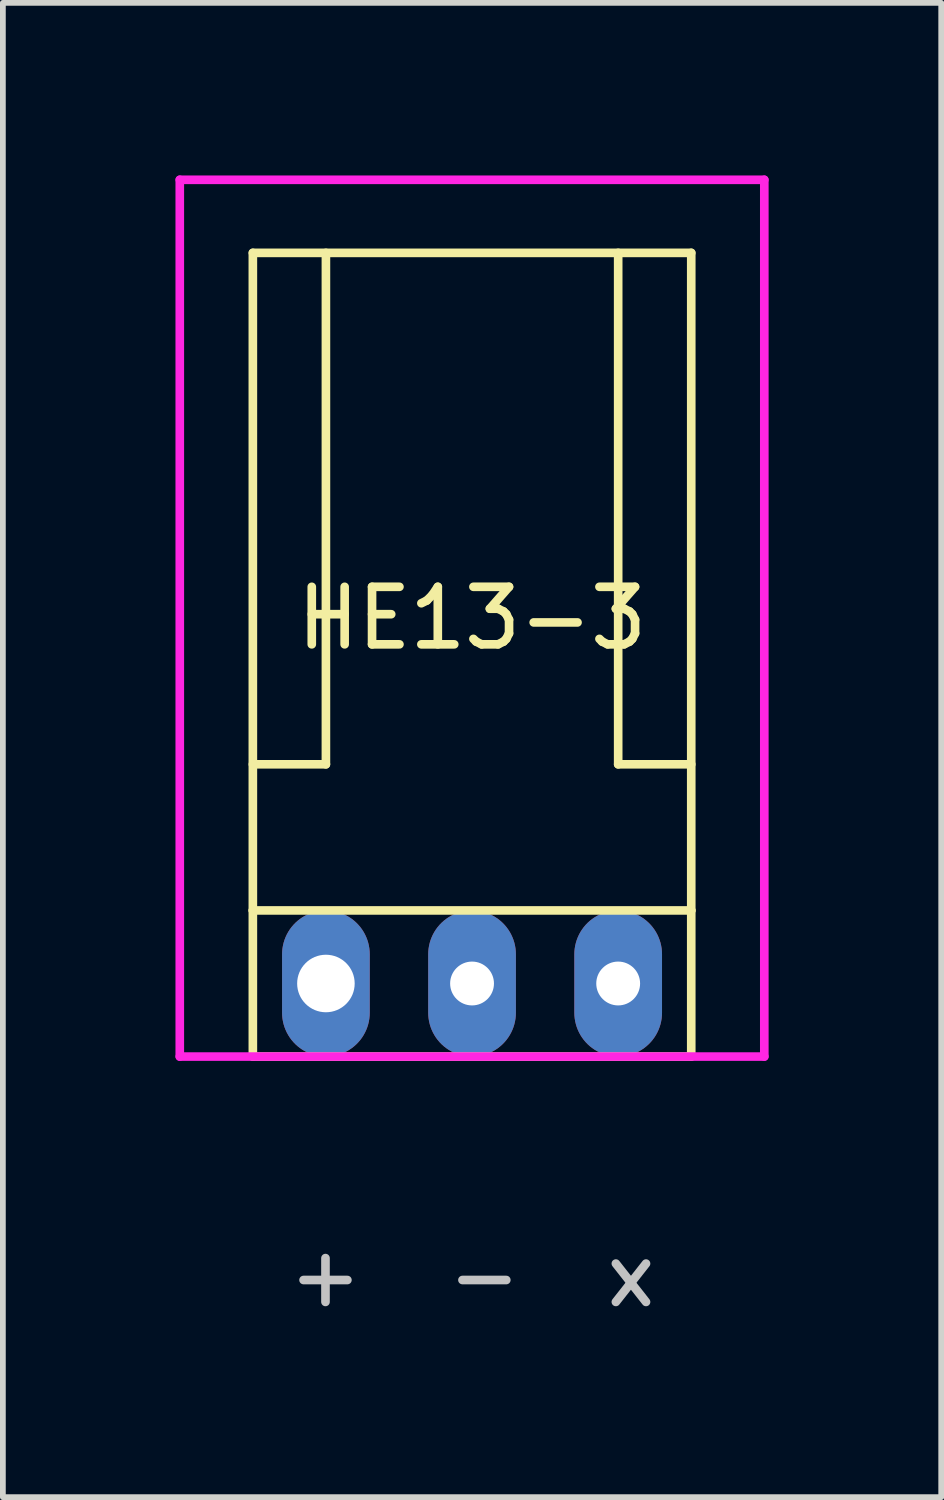
<source format=kicad_pcb>
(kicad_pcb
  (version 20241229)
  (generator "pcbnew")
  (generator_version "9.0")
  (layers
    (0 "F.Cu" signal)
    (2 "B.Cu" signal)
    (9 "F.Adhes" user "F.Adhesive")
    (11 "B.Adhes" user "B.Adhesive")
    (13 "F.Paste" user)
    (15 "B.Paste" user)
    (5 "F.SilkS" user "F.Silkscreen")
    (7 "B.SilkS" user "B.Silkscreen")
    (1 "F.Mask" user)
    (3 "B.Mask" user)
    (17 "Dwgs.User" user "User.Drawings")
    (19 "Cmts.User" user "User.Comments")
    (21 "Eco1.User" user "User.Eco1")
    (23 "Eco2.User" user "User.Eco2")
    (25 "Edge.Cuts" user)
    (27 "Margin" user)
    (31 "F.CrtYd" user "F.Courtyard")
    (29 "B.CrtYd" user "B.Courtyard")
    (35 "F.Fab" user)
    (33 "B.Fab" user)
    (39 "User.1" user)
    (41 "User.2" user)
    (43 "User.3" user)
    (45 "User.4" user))
  (footprint "HE13-3"
    (layer "F.Cu")
    (at 5.155 10.235)
    (property "Reference" "HE13-3" (at 0 -2.54 0) (layer "F.SilkS") (effects (font (size 1 1) (thickness 0.15))))
    (attr through_hole)
    (fp_line (start -3.81 -8.89) (end -3.81 2.54) (stroke (width 0.15) (type solid)) (layer "F.SilkS"))
    (fp_line (start -3.81 0) (end -2.54 0) (stroke (width 0.15) (type solid)) (layer "F.SilkS"))
    (fp_line (start -3.81 2.54) (end 3.81 2.54) (stroke (width 0.15) (type solid)) (layer "F.SilkS"))
    (fp_line (start -3.81 5.08) (end -3.81 2.54) (stroke (width 0.15) (type solid)) (layer "F.SilkS"))
    (fp_line (start -2.54 0) (end -2.54 -8.89) (stroke (width 0.15) (type solid)) (layer "F.SilkS"))
    (fp_line (start 2.54 -8.89) (end 2.54 0) (stroke (width 0.15) (type solid)) (layer "F.SilkS"))
    (fp_line (start 2.54 0) (end 3.81 0) (stroke (width 0.15) (type solid)) (layer "F.SilkS"))
    (fp_line (start 3.81 -8.89) (end -3.81 -8.89) (stroke (width 0.15) (type solid)) (layer "F.SilkS"))
    (fp_line (start 3.81 -8.89) (end 3.81 2.54) (stroke (width 0.15) (type solid)) (layer "F.SilkS"))
    (fp_line (start 3.81 2.54) (end 3.81 5.08) (stroke (width 0.15) (type solid)) (layer "F.SilkS"))
    (fp_line (start 3.81 5.08) (end -3.81 5.08) (stroke (width 0.15) (type solid)) (layer "F.SilkS"))
    (fp_line (start -5.08 -10.16) (end 5.08 -10.16) (stroke (width 0.15) (type solid)) (layer "F.CrtYd"))
    (fp_line (start -5.08 5.08) (end -5.08 -10.16) (stroke (width 0.15) (type solid)) (layer "F.CrtYd"))
    (fp_line (start 5.08 -10.16) (end 5.08 5.08) (stroke (width 0.15) (type solid)) (layer "F.CrtYd"))
    (fp_line (start 5.08 5.08) (end -5.08 5.08) (stroke (width 0.15) (type solid)) (layer "F.CrtYd"))
    (fp_text user "+  -  x" (at 0 8.89 0) (layer "Dwgs.User") (effects (font (size 1 1) (thickness 0.15))))
    (pad "1" thru_hole oval (at -2.54 3.81) (size 1.524 2.54) (drill 1) (layers "*.Cu" "*.Mask"))
    (pad "2" thru_hole oval (at 0 3.81) (size 1.524 2.54) (drill 0.762) (layers "*.Cu" "*.Mask"))
    (pad "3" thru_hole oval (at 2.54 3.81) (size 1.524 2.54) (drill 0.762) (layers "*.Cu" "*.Mask")))
  (gr_rect
    (start -3 -3)
    (end 13.31 22.973)
    (stroke (width 0.1) (type default))
    (fill no)
    (layer "Edge.Cuts")))
</source>
